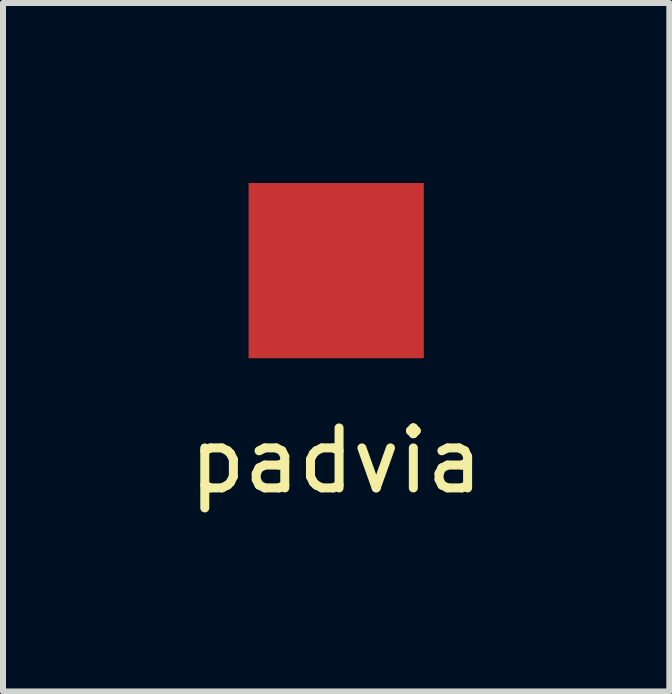
<source format=kicad_pcb>
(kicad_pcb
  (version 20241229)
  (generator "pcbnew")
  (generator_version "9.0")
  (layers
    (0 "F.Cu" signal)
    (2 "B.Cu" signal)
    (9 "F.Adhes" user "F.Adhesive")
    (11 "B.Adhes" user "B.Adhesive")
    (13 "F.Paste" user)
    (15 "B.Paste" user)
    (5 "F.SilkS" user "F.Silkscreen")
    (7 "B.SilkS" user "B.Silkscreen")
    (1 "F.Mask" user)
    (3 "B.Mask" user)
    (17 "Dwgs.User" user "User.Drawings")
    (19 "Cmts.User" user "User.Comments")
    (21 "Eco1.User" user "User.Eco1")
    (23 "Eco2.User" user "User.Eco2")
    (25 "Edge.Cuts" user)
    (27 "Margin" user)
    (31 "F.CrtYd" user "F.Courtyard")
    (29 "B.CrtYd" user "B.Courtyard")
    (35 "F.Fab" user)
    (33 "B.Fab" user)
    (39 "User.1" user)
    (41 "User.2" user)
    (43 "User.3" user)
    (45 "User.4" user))
  (footprint "padvia"
    (layer "F.Cu")
    (at 2.554 4.128)
    (property "Reference" "padvia" (at 0 0.5 0) (layer "F.SilkS") (effects (font (size 1 1) (thickness 0.15))))
    (attr through_hole)
    (pad "1" smd rect (at 0 -2.667) (size 2.921 2.921) (layers "F.Cu" "F.Mask" "F.Paste")))
  (gr_rect
    (start -3 -3)
    (end 8.107 8.476)
    (stroke (width 0.1) (type default))
    (fill no)
    (layer "Edge.Cuts")))
</source>
